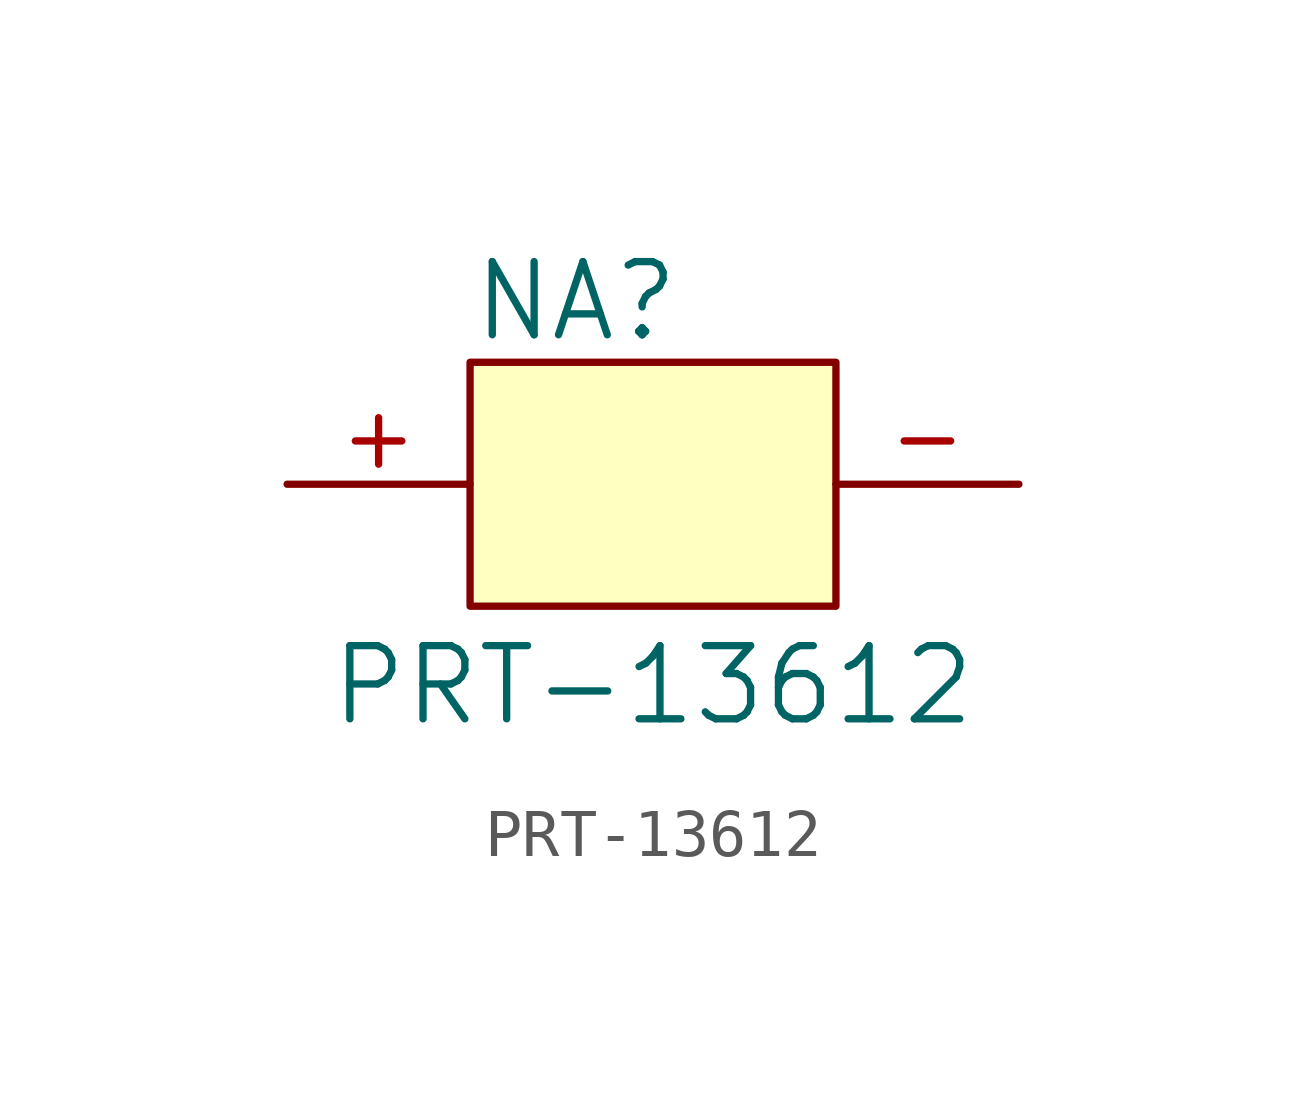
<source format=kicad_sym>
(kicad_symbol_lib
  (version 20211014)
  (generator kicad_symbol_editor)
  (symbol "PRT-13612"
    (pin_names
      (offset 1.016))
    (property "Reference" "NA"
      (at -3.81 3.81 0)
      (effects (font (size 1.524 1.524)) (justify left)))
    (property "Value" "PRT-13612"
      (at 0 -5.08 0)
      (effects (font (size 1.524 1.524)) (justify bottom)))
    (symbol "PRT-13612_0_1"
      (rectangle (start -3.81 2.54) (end 3.81 -2.54) (stroke (width 0) (type default) (color 0 0 0 0)) (fill (type background))))
    (symbol "PRT-13612_1_1"
      (pin input line (at -7.62 0 0) (length 3.81) (name "~" (effects (font (size 1.27 1.27)))) (number "+" (effects (font (size 1.27 1.27)))))
      (pin input line (at 7.62 0 180) (length 3.81) (name "~" (effects (font (size 1.27 1.27)))) (number "-" (effects (font (size 1.27 1.27))))))))
</source>
